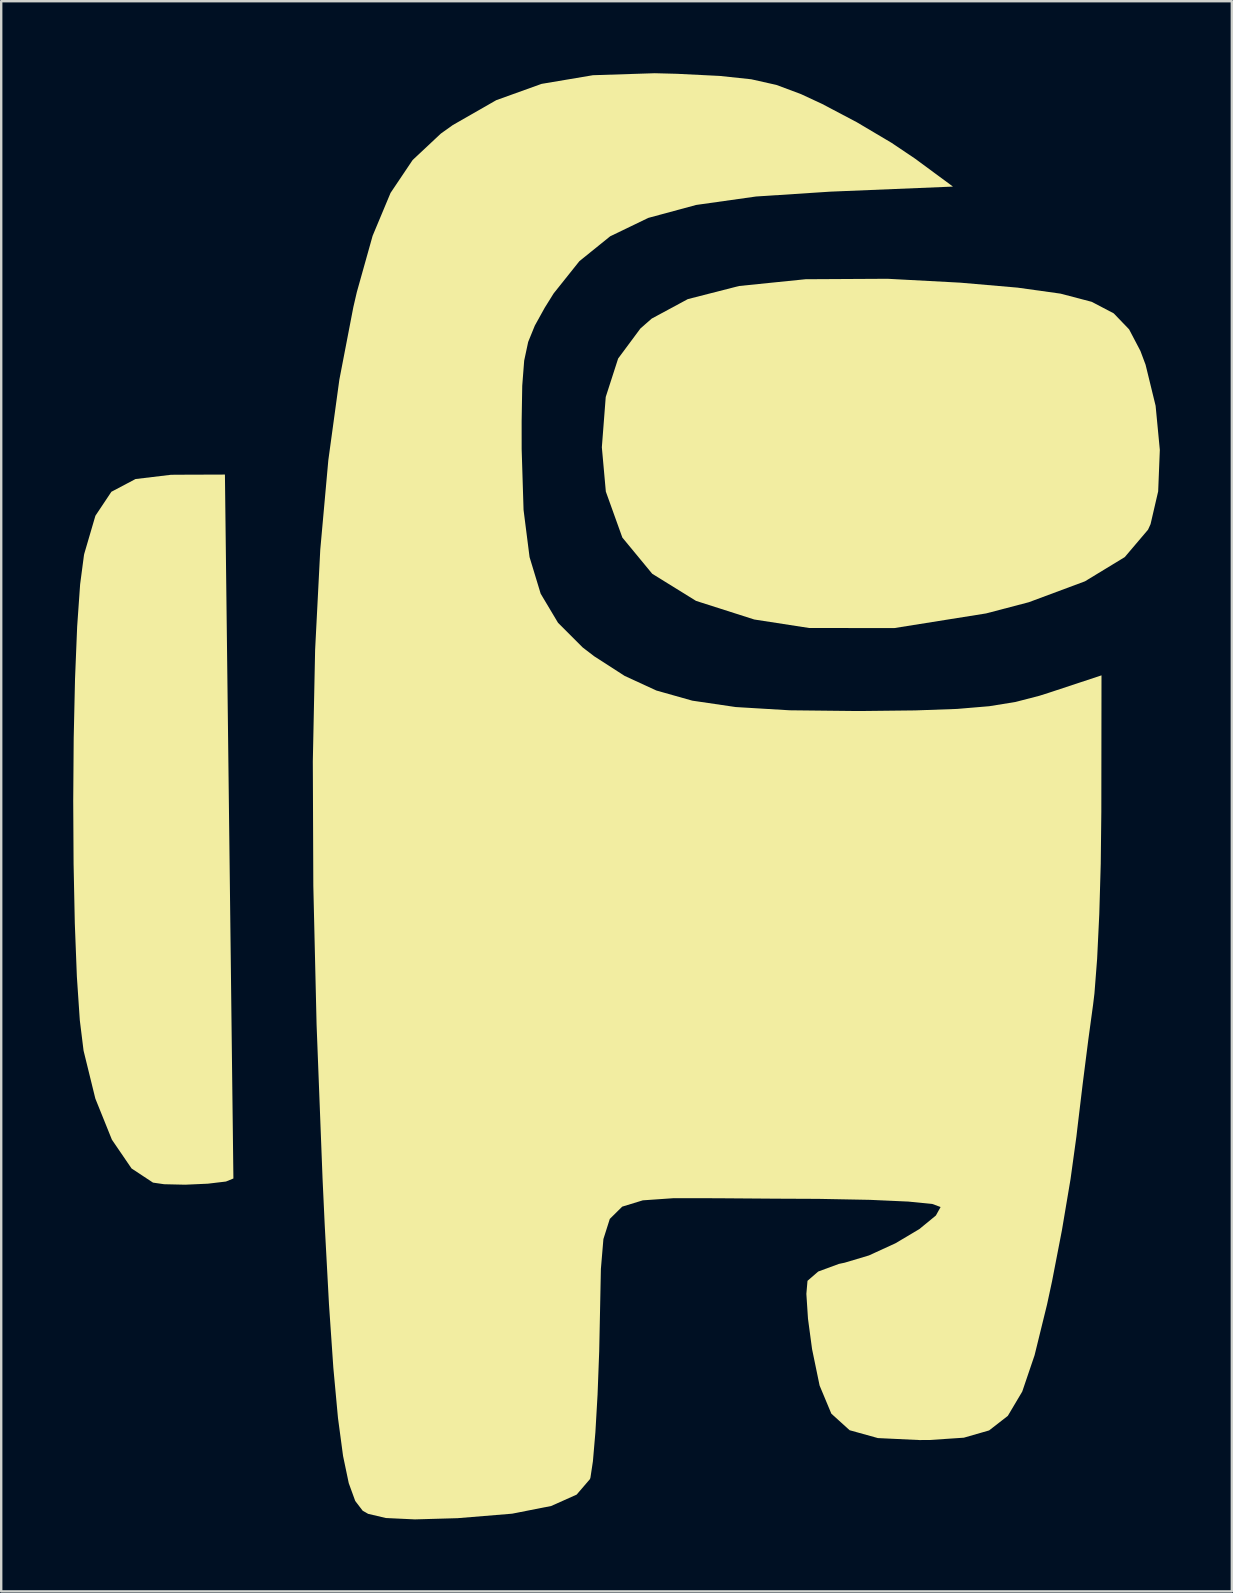
<source format=kicad_pcb>
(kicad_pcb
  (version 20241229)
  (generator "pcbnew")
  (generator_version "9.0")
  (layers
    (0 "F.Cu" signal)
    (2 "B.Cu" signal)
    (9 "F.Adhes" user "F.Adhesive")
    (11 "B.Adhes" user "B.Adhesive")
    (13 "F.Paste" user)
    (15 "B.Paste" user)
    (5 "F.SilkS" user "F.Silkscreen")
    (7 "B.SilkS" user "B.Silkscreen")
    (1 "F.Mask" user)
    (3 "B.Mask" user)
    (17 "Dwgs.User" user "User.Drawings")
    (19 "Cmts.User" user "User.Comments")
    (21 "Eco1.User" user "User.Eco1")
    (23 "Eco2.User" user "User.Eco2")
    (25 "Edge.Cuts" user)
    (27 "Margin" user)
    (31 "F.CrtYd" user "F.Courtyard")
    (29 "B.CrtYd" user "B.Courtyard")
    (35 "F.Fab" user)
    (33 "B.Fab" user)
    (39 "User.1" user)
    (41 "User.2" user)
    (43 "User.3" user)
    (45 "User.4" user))
  (footprint "AmongUs"
    (layer "F.Cu")
    (at 22.723 31.004)
    (property "Reference" "AmongUs" (at 0 0 0) (layer "F.SilkS") (effects (font (size 1.524 1.524) (thickness 0.3))))
    (attr board_only exclude_from_pos_files exclude_from_bom)
    (fp_poly (pts (xy 14.225 -22.28) (xy 16.612 -22.073) (xy 18.402 -21.823) (xy 19.701 -21.482) (xy 20.617 -21.002) (xy 21.258 -20.335) (xy 21.73 -19.435) (xy 21.945 -18.86) (xy 22.362 -17.153) (xy 22.538 -15.314) (xy 22.469 -13.588) (xy 22.152 -12.222) (xy 22.047 -11.991) (xy 21.076 -10.848) (xy 19.419 -9.84) (xy 17.083 -8.97) (xy 15.302 -8.503) (xy 11.475 -7.892) (xy 7.929 -7.896) (xy 5.644 -8.25) (xy 3.219 -9.025) (xy 1.395 -10.154) (xy 0.15 -11.663) (xy -0.538 -13.578) (xy -0.704 -15.423) (xy -0.542 -17.519) (xy -0.025 -19.121) (xy 0.903 -20.372) (xy 1.373 -20.784) (xy 2.877 -21.595) (xy 5.011 -22.141) (xy 7.781 -22.423) (xy 11.194 -22.442)) (stroke (width 0) (type solid)) (fill yes) (layer "F.SilkS"))
    (fp_poly (pts (xy -16.228 0.353) (xy -16.19 3.491) (xy -16.155 6.401) (xy -16.124 9.009) (xy -16.097 11.242) (xy -16.075 13.025) (xy -16.06 14.285) (xy -16.052 14.949) (xy -16.051 15.034) (xy -16.361 15.161) (xy -17.117 15.251) (xy -18.062 15.293) (xy -18.937 15.273) (xy -19.4 15.206) (xy -20.294 14.616) (xy -21.112 13.417) (xy -21.802 11.705) (xy -22.292 9.71) (xy -22.449 8.44) (xy -22.571 6.627) (xy -22.657 4.408) (xy -22.708 1.921) (xy -22.723 -0.697) (xy -22.703 -3.307) (xy -22.648 -5.772) (xy -22.559 -7.956) (xy -22.435 -9.719) (xy -22.276 -10.925) (xy -22.264 -10.985) (xy -21.799 -12.571) (xy -21.133 -13.57) (xy -20.13 -14.1) (xy -18.654 -14.277) (xy -18.404 -14.28) (xy -16.404 -14.287)) (stroke (width 0) (type solid)) (fill yes) (layer "F.SilkS"))
    (fp_poly (pts (xy 2.424 -30.98) (xy 4.212 -30.891) (xy 5.519 -30.752) (xy 6.569 -30.516) (xy 7.589 -30.135) (xy 8.467 -29.727) (xy 9.914 -28.964) (xy 11.366 -28.103) (xy 12.34 -27.448) (xy 13.921 -26.282) (xy 8.812 -26.071) (xy 5.718 -25.869) (xy 3.224 -25.517) (xy 1.231 -24.978) (xy -0.357 -24.211) (xy -1.639 -23.176) (xy -2.711 -21.833) (xy -3.079 -21.243) (xy -3.496 -20.491) (xy -3.773 -19.811) (xy -3.939 -19.032) (xy -4.02 -17.987) (xy -4.045 -16.506) (xy -4.044 -15.346) (xy -3.965 -12.814) (xy -3.715 -10.849) (xy -3.252 -9.324) (xy -2.529 -8.112) (xy -1.503 -7.086) (xy -1.023 -6.718) (xy 0.246 -5.9) (xy 1.566 -5.292) (xy 3.064 -4.869) (xy 4.872 -4.603) (xy 7.117 -4.468) (xy 9.93 -4.437) (xy 10.054 -4.437) (xy 12.351 -4.463) (xy 14.094 -4.525) (xy 15.435 -4.638) (xy 16.526 -4.815) (xy 17.519 -5.072) (xy 17.903 -5.194) (xy 20.108 -5.923) (xy 20.101 -0.228) (xy 20.077 1.922) (xy 20.016 4.024) (xy 19.926 5.887) (xy 19.815 7.321) (xy 19.76 7.778) (xy 19.558 9.26) (xy 19.325 11.092) (xy 19.105 12.927) (xy 19.065 13.273) (xy 18.819 15.057) (xy 18.461 17.184) (xy 18.049 19.312) (xy 17.84 20.283) (xy 17.321 22.396) (xy 16.807 23.91) (xy 16.207 24.921) (xy 15.427 25.528) (xy 14.375 25.831) (xy 12.959 25.926) (xy 12.524 25.929) (xy 10.794 25.847) (xy 9.617 25.52) (xy 8.855 24.83) (xy 8.366 23.658) (xy 8.052 22.139) (xy 7.882 20.871) (xy 7.815 19.84) (xy 7.862 19.297) (xy 8.309 18.91) (xy 9.17 18.592) (xy 9.409 18.542) (xy 10.422 18.239) (xy 11.526 17.733) (xy 12.522 17.141) (xy 13.21 16.576) (xy 13.406 16.223) (xy 13.062 16.096) (xy 12.065 15.996) (xy 10.468 15.924) (xy 8.322 15.883) (xy 6.533 15.875) (xy 4.108 15.857) (xy 2.294 15.854) (xy 1.003 15.944) (xy 0.144 16.207) (xy -0.373 16.718) (xy -0.639 17.558) (xy -0.744 18.803) (xy -0.779 20.531) (xy -0.814 22.225) (xy -0.882 24.028) (xy -0.973 25.608) (xy -1.076 26.813) (xy -1.179 27.494) (xy -1.2 27.557) (xy -1.754 28.202) (xy -2.813 28.675) (xy -4.439 28.996) (xy -6.698 29.182) (xy -6.703 29.183) (xy -8.491 29.234) (xy -9.697 29.177) (xy -10.437 29.004) (xy -10.667 28.872) (xy -10.976 28.467) (xy -11.246 27.726) (xy -11.483 26.593) (xy -11.695 25.01) (xy -11.888 22.921) (xy -12.07 20.269) (xy -12.246 16.997) (xy -12.337 15.052) (xy -12.586 8.628) (xy -12.722 2.848) (xy -12.743 -2.34) (xy -12.647 -6.991) (xy -12.433 -11.155) (xy -12.097 -14.886) (xy -11.638 -18.237) (xy -11.055 -21.261) (xy -10.91 -21.886) (xy -10.252 -24.232) (xy -9.505 -26.019) (xy -8.585 -27.389) (xy -7.41 -28.49) (xy -6.915 -28.843) (xy -5.103 -29.881) (xy -3.216 -30.56) (xy -1.075 -30.921) (xy 1.499 -31.004)) (stroke (width 0) (type solid)) (fill yes) (layer "F.SilkS")))
  (gr_rect
    (start -3 -3)
    (end 48.261 63.238)
    (stroke (width 0.1) (type default))
    (fill no)
    (layer "Edge.Cuts")))
</source>
